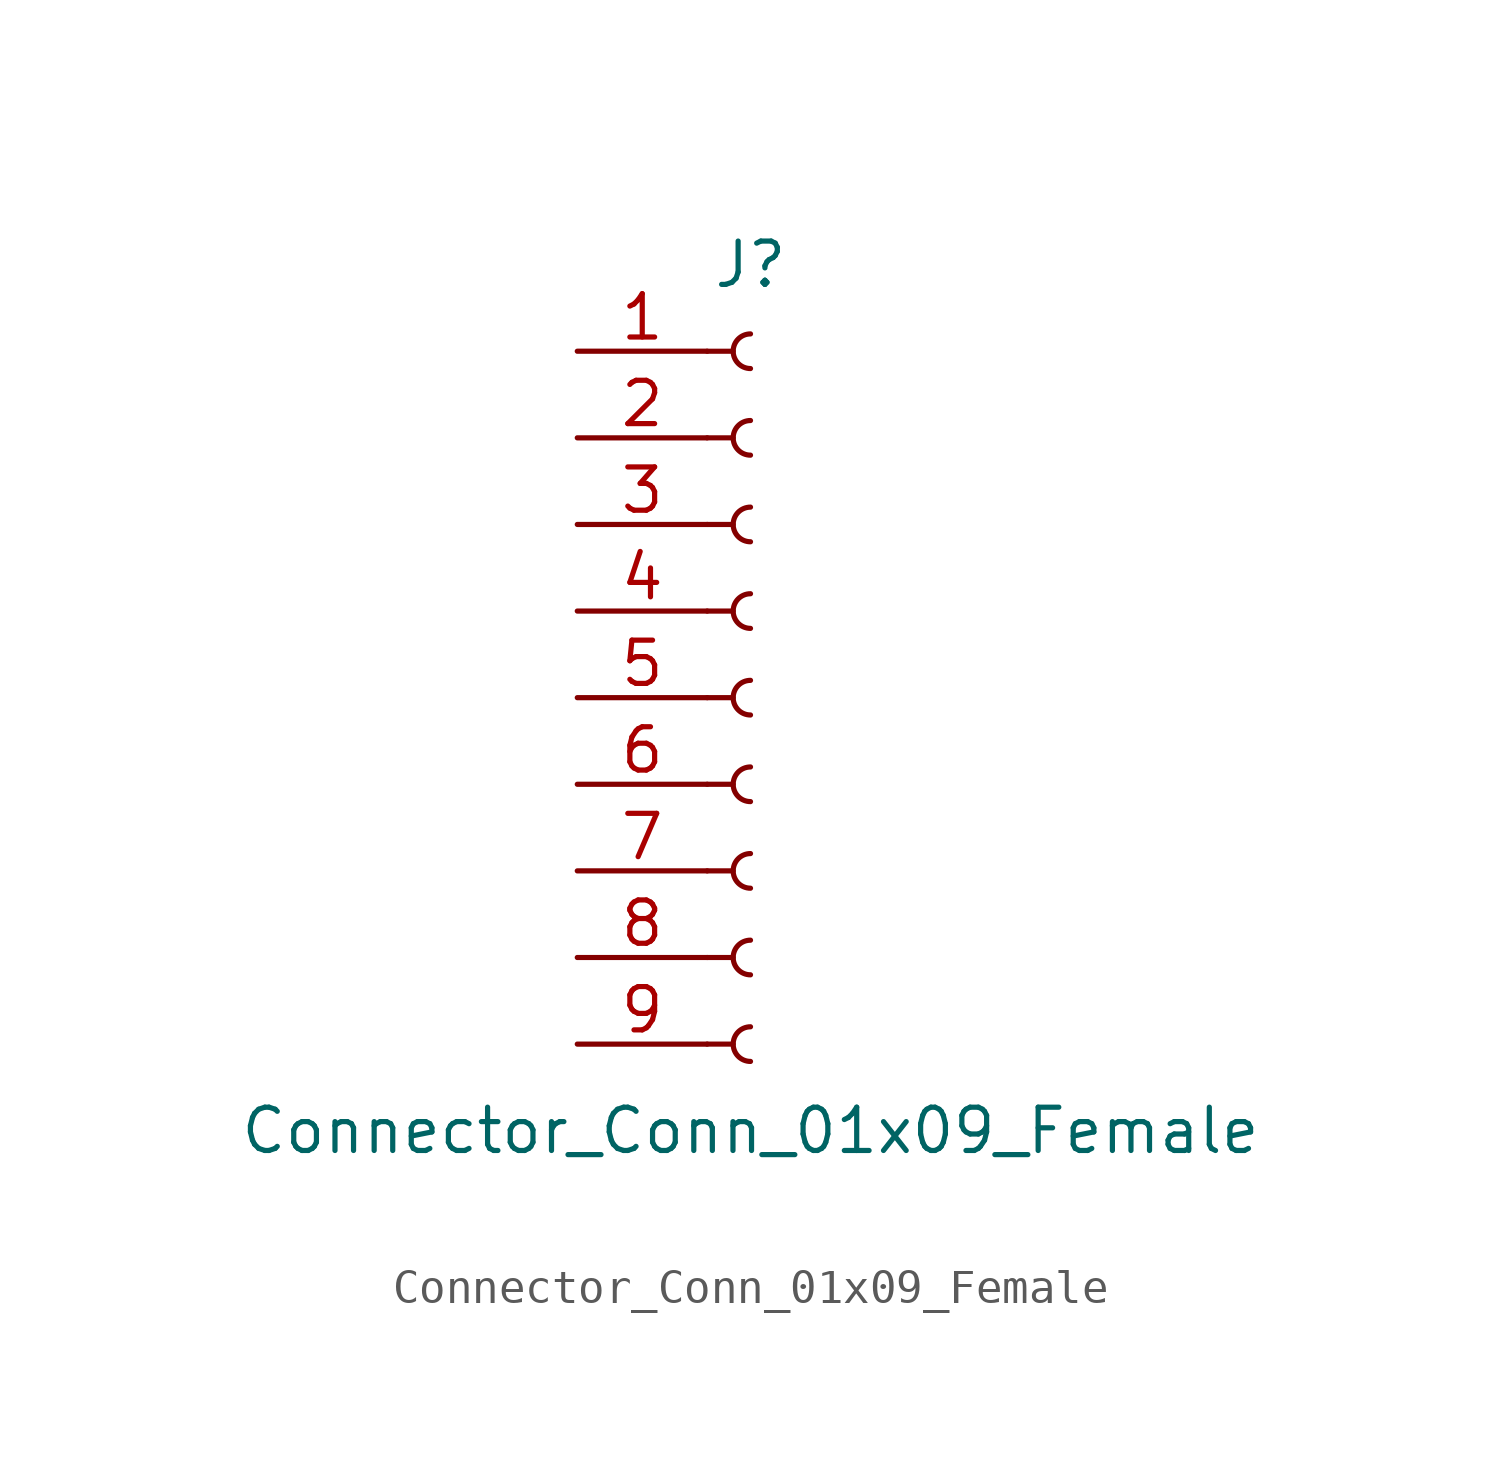
<source format=kicad_sym>
(kicad_symbol_lib
  (version 20211014)
  (generator kicad_symbol_editor)
  (symbol "Connector_Conn_01x09_Female"
    (pin_names
      (offset 1.016) hide)
    (property "Reference" "J"
      (at 0 12.7 0)
      (effects (font (size 1.27 1.27))))
    (property "Value" "Connector_Conn_01x09_Female"
      (at 0 -12.7 0)
      (effects (font (size 1.27 1.27))))
    (symbol "Connector_Conn_01x09_Female_1_1"
      (arc (start 0 -9.652) (mid -0.508 -10.16) (end 0 -10.668) (stroke (width 0.1524) (type default) (color 0 0 0 0)) (fill (type none)))
      (arc (start 0 -7.112) (mid -0.508 -7.62) (end 0 -8.128) (stroke (width 0.1524) (type default) (color 0 0 0 0)) (fill (type none)))
      (arc (start 0 -4.572) (mid -0.508 -5.08) (end 0 -5.588) (stroke (width 0.1524) (type default) (color 0 0 0 0)) (fill (type none)))
      (arc (start 0 -2.032) (mid -0.508 -2.54) (end 0 -3.048) (stroke (width 0.1524) (type default) (color 0 0 0 0)) (fill (type none)))
      (polyline (pts (xy -1.27 -10.16) (xy -0.508 -10.16)) (stroke (width 0.152) (type default) (color 0 0 0 0)) (fill (type none)))
      (polyline (pts (xy -1.27 -7.62) (xy -0.508 -7.62)) (stroke (width 0.152) (type default) (color 0 0 0 0)) (fill (type none)))
      (polyline (pts (xy -1.27 -5.08) (xy -0.508 -5.08)) (stroke (width 0.152) (type default) (color 0 0 0 0)) (fill (type none)))
      (polyline (pts (xy -1.27 -2.54) (xy -0.508 -2.54)) (stroke (width 0.152) (type default) (color 0 0 0 0)) (fill (type none)))
      (polyline (pts (xy -1.27 0) (xy -0.508 0)) (stroke (width 0.152) (type default) (color 0 0 0 0)) (fill (type none)))
      (polyline (pts (xy -1.27 2.54) (xy -0.508 2.54)) (stroke (width 0.152) (type default) (color 0 0 0 0)) (fill (type none)))
      (polyline (pts (xy -1.27 5.08) (xy -0.508 5.08)) (stroke (width 0.152) (type default) (color 0 0 0 0)) (fill (type none)))
      (polyline (pts (xy -1.27 7.62) (xy -0.508 7.62)) (stroke (width 0.152) (type default) (color 0 0 0 0)) (fill (type none)))
      (polyline (pts (xy -1.27 10.16) (xy -0.508 10.16)) (stroke (width 0.152) (type default) (color 0 0 0 0)) (fill (type none)))
      (arc (start 0 0.508) (mid -0.508 0) (end 0 -0.508) (stroke (width 0.1524) (type default) (color 0 0 0 0)) (fill (type none)))
      (arc (start 0 3.048) (mid -0.508 2.54) (end 0 2.032) (stroke (width 0.1524) (type default) (color 0 0 0 0)) (fill (type none)))
      (arc (start 0 5.588) (mid -0.508 5.08) (end 0 4.572) (stroke (width 0.1524) (type default) (color 0 0 0 0)) (fill (type none)))
      (arc (start 0 8.128) (mid -0.508 7.62) (end 0 7.112) (stroke (width 0.1524) (type default) (color 0 0 0 0)) (fill (type none)))
      (arc (start 0 10.668) (mid -0.508 10.16) (end 0 9.652) (stroke (width 0.1524) (type default) (color 0 0 0 0)) (fill (type none)))
      (pin passive line (at -5.08 10.16 0) (length 3.81) (name "Pin_1" (effects (font (size 1.27 1.27)))) (number "1" (effects (font (size 1.27 1.27)))))
      (pin passive line (at -5.08 7.62 0) (length 3.81) (name "Pin_2" (effects (font (size 1.27 1.27)))) (number "2" (effects (font (size 1.27 1.27)))))
      (pin passive line (at -5.08 5.08 0) (length 3.81) (name "Pin_3" (effects (font (size 1.27 1.27)))) (number "3" (effects (font (size 1.27 1.27)))))
      (pin passive line (at -5.08 2.54 0) (length 3.81) (name "Pin_4" (effects (font (size 1.27 1.27)))) (number "4" (effects (font (size 1.27 1.27)))))
      (pin passive line (at -5.08 0 0) (length 3.81) (name "Pin_5" (effects (font (size 1.27 1.27)))) (number "5" (effects (font (size 1.27 1.27)))))
      (pin passive line (at -5.08 -2.54 0) (length 3.81) (name "Pin_6" (effects (font (size 1.27 1.27)))) (number "6" (effects (font (size 1.27 1.27)))))
      (pin passive line (at -5.08 -5.08 0) (length 3.81) (name "Pin_7" (effects (font (size 1.27 1.27)))) (number "7" (effects (font (size 1.27 1.27)))))
      (pin passive line (at -5.08 -7.62 0) (length 3.81) (name "Pin_8" (effects (font (size 1.27 1.27)))) (number "8" (effects (font (size 1.27 1.27)))))
      (pin passive line (at -5.08 -10.16 0) (length 3.81) (name "Pin_9" (effects (font (size 1.27 1.27)))) (number "9" (effects (font (size 1.27 1.27))))))))
</source>
